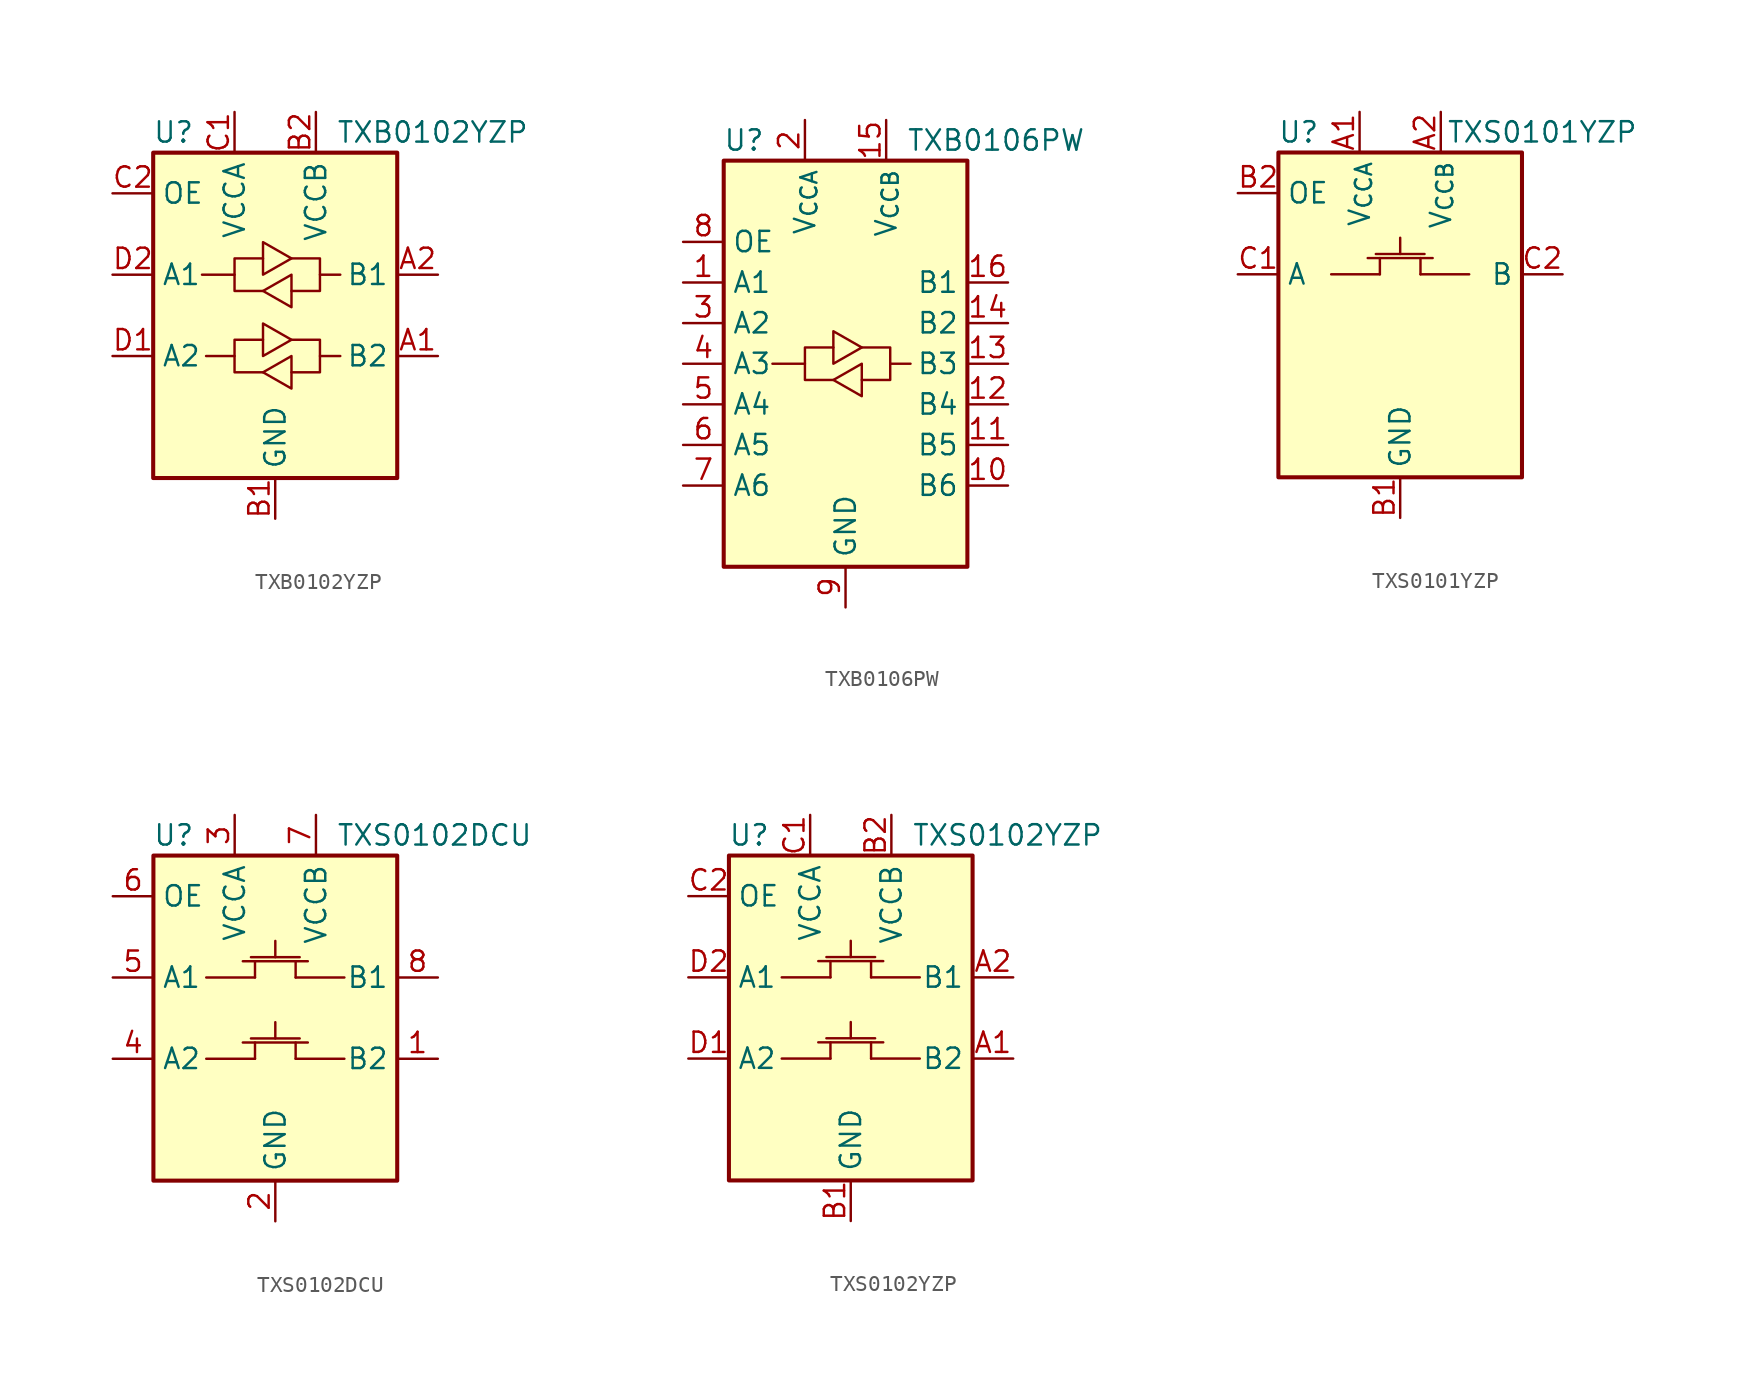
<source format=kicad_sym>
(kicad_symbol_lib
  (version 20231120)
  (generator "kicad_symbol_editor")
  (generator_version "8.0")
  (symbol "TXB0102YZP"
    (property "Reference" "U"
      (at -6.35 11.43 0)
      (effects (font (size 1.27 1.27))))
    (property "Value" "TXB0102YZP"
      (at 3.81 11.43 0)
      (effects (font (size 1.27 1.27)) (justify left)))
    (symbol "TXB0102YZP_0_1"
      (rectangle (start -7.62 10.16) (end 7.62 -10.16) (stroke (width 0.254) (type default)) (fill (type background)))
      (polyline (pts (xy -2.54 -2.54) (xy -2.54 -1.524) (xy -0.762 -1.524)) (stroke (width 0) (type default)) (fill (type none)))
      (polyline (pts (xy -2.54 2.54) (xy -2.54 3.556) (xy -0.762 3.556)) (stroke (width 0) (type default)) (fill (type none)))
      (polyline (pts (xy 2.794 -2.54) (xy 2.794 -3.556) (xy 1.016 -3.556)) (stroke (width 0) (type default)) (fill (type none)))
      (polyline (pts (xy 2.794 2.54) (xy 2.794 1.524) (xy 1.016 1.524)) (stroke (width 0) (type default)) (fill (type none)))
      (polyline (pts (xy -0.762 -3.556) (xy -2.54 -3.556) (xy -2.54 -2.54) (xy -4.318 -2.54)) (stroke (width 0) (type default)) (fill (type none)))
      (polyline (pts (xy -0.762 -2.54) (xy -0.762 -0.508) (xy 1.016 -1.524) (xy -0.762 -2.54)) (stroke (width 0) (type default)) (fill (type none)))
      (polyline (pts (xy -0.762 1.524) (xy -2.54 1.524) (xy -2.54 2.54) (xy -4.572 2.54)) (stroke (width 0) (type default)) (fill (type none)))
      (polyline (pts (xy -0.762 2.54) (xy -0.762 4.572) (xy 1.016 3.556) (xy -0.762 2.54)) (stroke (width 0) (type default)) (fill (type none)))
      (polyline (pts (xy 1.016 -2.54) (xy 1.016 -4.572) (xy -0.762 -3.556) (xy 1.016 -2.54)) (stroke (width 0) (type default)) (fill (type none)))
      (polyline (pts (xy 1.016 -1.524) (xy 2.794 -1.524) (xy 2.794 -2.54) (xy 4.064 -2.54)) (stroke (width 0) (type default)) (fill (type none)))
      (polyline (pts (xy 1.016 3.556) (xy 2.794 3.556) (xy 2.794 2.54) (xy 4.064 2.54)) (stroke (width 0) (type default)) (fill (type none)))
      (polyline (pts (xy 1.016 2.54) (xy 1.016 0.762) (xy 1.016 0.508) (xy -0.762 1.524) (xy 1.016 2.54)) (stroke (width 0) (type default)) (fill (type none))))
    (symbol "TXB0102YZP_1_1"
      (pin bidirectional line (at 10.16 -2.54 180) (length 2.54) (name "B2" (effects (font (size 1.27 1.27)))) (number "A1" (effects (font (size 1.27 1.27)))))
      (pin bidirectional line (at 10.16 2.54 180) (length 2.54) (name "B1" (effects (font (size 1.27 1.27)))) (number "A2" (effects (font (size 1.27 1.27)))))
      (pin power_in line (at 0 -12.7 90) (length 2.54) (name "GND" (effects (font (size 1.27 1.27)))) (number "B1" (effects (font (size 1.27 1.27)))))
      (pin power_in line (at 2.54 12.7 270) (length 2.54) (name "VCCB" (effects (font (size 1.27 1.27)))) (number "B2" (effects (font (size 1.27 1.27)))))
      (pin power_in line (at -2.54 12.7 270) (length 2.54) (name "VCCA" (effects (font (size 1.27 1.27)))) (number "C1" (effects (font (size 1.27 1.27)))))
      (pin input line (at -10.16 7.62 0) (length 2.54) (name "OE" (effects (font (size 1.27 1.27)))) (number "C2" (effects (font (size 1.27 1.27)))))
      (pin bidirectional line (at -10.16 -2.54 0) (length 2.54) (name "A2" (effects (font (size 1.27 1.27)))) (number "D1" (effects (font (size 1.27 1.27)))))
      (pin bidirectional line (at -10.16 2.54 0) (length 2.54) (name "A1" (effects (font (size 1.27 1.27)))) (number "D2" (effects (font (size 1.27 1.27)))))))
  (symbol "TXB0106PW"
    (property "Reference" "U"
      (at -6.35 13.97 0)
      (effects (font (size 1.27 1.27))))
    (property "Value" "TXB0106PW"
      (at 3.81 13.97 0)
      (effects (font (size 1.27 1.27)) (justify left)))
    (symbol "TXB0106PW_0_1"
      (rectangle (start -7.62 12.7) (end 7.62 -12.7) (stroke (width 0.254) (type default)) (fill (type background)))
      (polyline (pts (xy -2.54 0) (xy -2.54 1.016) (xy -0.762 1.016)) (stroke (width 0) (type default)) (fill (type none)))
      (polyline (pts (xy 2.794 0) (xy 2.794 -1.016) (xy 1.016 -1.016)) (stroke (width 0) (type default)) (fill (type none)))
      (polyline (pts (xy -0.762 -1.016) (xy -2.54 -1.016) (xy -2.54 0) (xy -4.572 0)) (stroke (width 0) (type default)) (fill (type none)))
      (polyline (pts (xy -0.762 -1.016) (xy 1.016 0) (xy 1.016 -2.032) (xy -0.762 -1.016)) (stroke (width 0) (type default)) (fill (type none)))
      (polyline (pts (xy 1.016 1.016) (xy -0.762 0) (xy -0.762 2.032) (xy 1.016 1.016)) (stroke (width 0) (type default)) (fill (type none)))
      (polyline (pts (xy 1.016 1.016) (xy 2.794 1.016) (xy 2.794 0) (xy 4.064 0)) (stroke (width 0) (type default)) (fill (type none))))
    (symbol "TXB0106PW_1_1"
      (pin bidirectional line (at -10.16 5.08 0) (length 2.54) (name "A1" (effects (font (size 1.27 1.27)))) (number "1" (effects (font (size 1.27 1.27)))))
      (pin bidirectional line (at 10.16 -7.62 180) (length 2.54) (name "B6" (effects (font (size 1.27 1.27)))) (number "10" (effects (font (size 1.27 1.27)))))
      (pin bidirectional line (at 10.16 -5.08 180) (length 2.54) (name "B5" (effects (font (size 1.27 1.27)))) (number "11" (effects (font (size 1.27 1.27)))))
      (pin bidirectional line (at 10.16 -2.54 180) (length 2.54) (name "B4" (effects (font (size 1.27 1.27)))) (number "12" (effects (font (size 1.27 1.27)))))
      (pin bidirectional line (at 10.16 0 180) (length 2.54) (name "B3" (effects (font (size 1.27 1.27)))) (number "13" (effects (font (size 1.27 1.27)))))
      (pin bidirectional line (at 10.16 2.54 180) (length 2.54) (name "B2" (effects (font (size 1.27 1.27)))) (number "14" (effects (font (size 1.27 1.27)))))
      (pin power_in line (at 2.54 15.24 270) (length 2.54) (name "V_{CCB}" (effects (font (size 1.27 1.27)))) (number "15" (effects (font (size 1.27 1.27)))))
      (pin bidirectional line (at 10.16 5.08 180) (length 2.54) (name "B1" (effects (font (size 1.27 1.27)))) (number "16" (effects (font (size 1.27 1.27)))))
      (pin power_in line (at -2.54 15.24 270) (length 2.54) (name "V_{CCA}" (effects (font (size 1.27 1.27)))) (number "2" (effects (font (size 1.27 1.27)))))
      (pin bidirectional line (at -10.16 2.54 0) (length 2.54) (name "A2" (effects (font (size 1.27 1.27)))) (number "3" (effects (font (size 1.27 1.27)))))
      (pin bidirectional line (at -10.16 0 0) (length 2.54) (name "A3" (effects (font (size 1.27 1.27)))) (number "4" (effects (font (size 1.27 1.27)))))
      (pin bidirectional line (at -10.16 -2.54 0) (length 2.54) (name "A4" (effects (font (size 1.27 1.27)))) (number "5" (effects (font (size 1.27 1.27)))))
      (pin bidirectional line (at -10.16 -5.08 0) (length 2.54) (name "A5" (effects (font (size 1.27 1.27)))) (number "6" (effects (font (size 1.27 1.27)))))
      (pin bidirectional line (at -10.16 -7.62 0) (length 2.54) (name "A6" (effects (font (size 1.27 1.27)))) (number "7" (effects (font (size 1.27 1.27)))))
      (pin input line (at -10.16 7.62 0) (length 2.54) (name "OE" (effects (font (size 1.27 1.27)))) (number "8" (effects (font (size 1.27 1.27)))))
      (pin power_in line (at 0 -15.24 90) (length 2.54) (name "GND" (effects (font (size 1.27 1.27)))) (number "9" (effects (font (size 1.27 1.27)))))))
  (symbol "TXS0101YZP"
    (property "Reference" "U"
      (at -6.35 11.43 0)
      (effects (font (size 1.27 1.27))))
    (property "Value" "TXS0101YZP"
      (at 8.89 11.43 0)
      (effects (font (size 1.27 1.27))))
    (symbol "TXS0101YZP_0_1"
      (rectangle (start -7.62 10.16) (end 7.62 -10.16) (stroke (width 0.254) (type default)) (fill (type background))))
    (symbol "TXS0101YZP_1_1"
      (polyline (pts (xy -4.318 2.54) (xy -1.27 2.54)) (stroke (width 0) (type default)) (fill (type none)))
      (polyline (pts (xy -2.032 3.556) (xy 2.032 3.556)) (stroke (width 0) (type default)) (fill (type none)))
      (polyline (pts (xy -1.524 3.81) (xy 1.524 3.81)) (stroke (width 0) (type default)) (fill (type none)))
      (polyline (pts (xy -1.27 2.54) (xy -1.27 3.556)) (stroke (width 0) (type default)) (fill (type none)))
      (polyline (pts (xy 0 3.81) (xy 0 4.826)) (stroke (width 0) (type default)) (fill (type none)))
      (polyline (pts (xy 1.27 2.54) (xy 1.27 3.556)) (stroke (width 0) (type default)) (fill (type none)))
      (polyline (pts (xy 4.318 2.54) (xy 1.27 2.54)) (stroke (width 0) (type default)) (fill (type none)))
      (pin power_in line (at -2.54 12.7 270) (length 2.54) (name "V_{CCA}" (effects (font (size 1.27 1.27)))) (number "A1" (effects (font (size 1.27 1.27)))))
      (pin power_in line (at 2.54 12.7 270) (length 2.54) (name "V_{CCB}" (effects (font (size 1.27 1.27)))) (number "A2" (effects (font (size 1.27 1.27)))))
      (pin power_in line (at 0 -12.7 90) (length 2.54) (name "GND" (effects (font (size 1.27 1.27)))) (number "B1" (effects (font (size 1.27 1.27)))))
      (pin input line (at -10.16 7.62 0) (length 2.54) (name "OE" (effects (font (size 1.27 1.27)))) (number "B2" (effects (font (size 1.27 1.27)))))
      (pin bidirectional line (at -10.16 2.54 0) (length 2.54) (name "A" (effects (font (size 1.27 1.27)))) (number "C1" (effects (font (size 1.27 1.27)))))
      (pin bidirectional line (at 10.16 2.54 180) (length 2.54) (name "B" (effects (font (size 1.27 1.27)))) (number "C2" (effects (font (size 1.27 1.27)))))))
  (symbol "TXS0102DCU"
    (property "Reference" "U"
      (at -6.35 11.43 0)
      (effects (font (size 1.27 1.27))))
    (property "Value" "TXS0102DCU"
      (at 3.81 11.43 0)
      (effects (font (size 1.27 1.27)) (justify left)))
    (symbol "TXS0102DCU_0_1"
      (rectangle (start -7.62 10.16) (end 7.62 -10.16) (stroke (width 0.254) (type default)) (fill (type background)))
      (polyline (pts (xy -4.318 -2.54) (xy -1.27 -2.54)) (stroke (width 0) (type default)) (fill (type none)))
      (polyline (pts (xy -2.032 -1.524) (xy 2.032 -1.524)) (stroke (width 0) (type default)) (fill (type none)))
      (polyline (pts (xy -1.524 -1.27) (xy 1.524 -1.27)) (stroke (width 0) (type default)) (fill (type none)))
      (polyline (pts (xy -1.27 -2.54) (xy -1.27 -1.524)) (stroke (width 0) (type default)) (fill (type none)))
      (polyline (pts (xy 0 -1.27) (xy 0 -0.254)) (stroke (width 0) (type default)) (fill (type none)))
      (polyline (pts (xy 1.27 -2.54) (xy 1.27 -1.524)) (stroke (width 0) (type default)) (fill (type none)))
      (polyline (pts (xy 4.318 -2.54) (xy 1.27 -2.54)) (stroke (width 0) (type default)) (fill (type none))))
    (symbol "TXS0102DCU_1_1"
      (polyline (pts (xy -4.318 2.54) (xy -1.27 2.54)) (stroke (width 0) (type default)) (fill (type none)))
      (polyline (pts (xy -2.032 3.556) (xy 2.032 3.556)) (stroke (width 0) (type default)) (fill (type none)))
      (polyline (pts (xy -1.524 3.81) (xy 1.524 3.81)) (stroke (width 0) (type default)) (fill (type none)))
      (polyline (pts (xy -1.27 2.54) (xy -1.27 3.556)) (stroke (width 0) (type default)) (fill (type none)))
      (polyline (pts (xy 0 3.81) (xy 0 4.826)) (stroke (width 0) (type default)) (fill (type none)))
      (polyline (pts (xy 1.27 2.54) (xy 1.27 3.556)) (stroke (width 0) (type default)) (fill (type none)))
      (polyline (pts (xy 4.318 2.54) (xy 1.27 2.54)) (stroke (width 0) (type default)) (fill (type none)))
      (pin bidirectional line (at 10.16 -2.54 180) (length 2.54) (name "B2" (effects (font (size 1.27 1.27)))) (number "1" (effects (font (size 1.27 1.27)))))
      (pin power_in line (at 0 -12.7 90) (length 2.54) (name "GND" (effects (font (size 1.27 1.27)))) (number "2" (effects (font (size 1.27 1.27)))))
      (pin power_in line (at -2.54 12.7 270) (length 2.54) (name "VCCA" (effects (font (size 1.27 1.27)))) (number "3" (effects (font (size 1.27 1.27)))))
      (pin bidirectional line (at -10.16 -2.54 0) (length 2.54) (name "A2" (effects (font (size 1.27 1.27)))) (number "4" (effects (font (size 1.27 1.27)))))
      (pin bidirectional line (at -10.16 2.54 0) (length 2.54) (name "A1" (effects (font (size 1.27 1.27)))) (number "5" (effects (font (size 1.27 1.27)))))
      (pin input line (at -10.16 7.62 0) (length 2.54) (name "OE" (effects (font (size 1.27 1.27)))) (number "6" (effects (font (size 1.27 1.27)))))
      (pin power_in line (at 2.54 12.7 270) (length 2.54) (name "VCCB" (effects (font (size 1.27 1.27)))) (number "7" (effects (font (size 1.27 1.27)))))
      (pin bidirectional line (at 10.16 2.54 180) (length 2.54) (name "B1" (effects (font (size 1.27 1.27)))) (number "8" (effects (font (size 1.27 1.27)))))))
  (symbol "TXS0102YZP"
    (property "Reference" "U"
      (at -6.35 11.43 0)
      (effects (font (size 1.27 1.27))))
    (property "Value" "TXS0102YZP"
      (at 3.81 11.43 0)
      (effects (font (size 1.27 1.27)) (justify left)))
    (symbol "TXS0102YZP_0_1"
      (rectangle (start -7.62 10.16) (end 7.62 -10.16) (stroke (width 0.254) (type default)) (fill (type background)))
      (polyline (pts (xy -4.318 -2.54) (xy -1.27 -2.54)) (stroke (width 0) (type default)) (fill (type none)))
      (polyline (pts (xy -2.032 -1.524) (xy 2.032 -1.524)) (stroke (width 0) (type default)) (fill (type none)))
      (polyline (pts (xy -1.524 -1.27) (xy 1.524 -1.27)) (stroke (width 0) (type default)) (fill (type none)))
      (polyline (pts (xy -1.27 -2.54) (xy -1.27 -1.524)) (stroke (width 0) (type default)) (fill (type none)))
      (polyline (pts (xy 0 -1.27) (xy 0 -0.254)) (stroke (width 0) (type default)) (fill (type none)))
      (polyline (pts (xy 1.27 -2.54) (xy 1.27 -1.524)) (stroke (width 0) (type default)) (fill (type none)))
      (polyline (pts (xy 4.318 -2.54) (xy 1.27 -2.54)) (stroke (width 0) (type default)) (fill (type none))))
    (symbol "TXS0102YZP_1_1"
      (polyline (pts (xy -4.318 2.54) (xy -1.27 2.54)) (stroke (width 0) (type default)) (fill (type none)))
      (polyline (pts (xy -2.032 3.556) (xy 2.032 3.556)) (stroke (width 0) (type default)) (fill (type none)))
      (polyline (pts (xy -1.524 3.81) (xy 1.524 3.81)) (stroke (width 0) (type default)) (fill (type none)))
      (polyline (pts (xy -1.27 2.54) (xy -1.27 3.556)) (stroke (width 0) (type default)) (fill (type none)))
      (polyline (pts (xy 0 3.81) (xy 0 4.826)) (stroke (width 0) (type default)) (fill (type none)))
      (polyline (pts (xy 1.27 2.54) (xy 1.27 3.556)) (stroke (width 0) (type default)) (fill (type none)))
      (polyline (pts (xy 4.318 2.54) (xy 1.27 2.54)) (stroke (width 0) (type default)) (fill (type none)))
      (pin bidirectional line (at 10.16 -2.54 180) (length 2.54) (name "B2" (effects (font (size 1.27 1.27)))) (number "A1" (effects (font (size 1.27 1.27)))))
      (pin bidirectional line (at 10.16 2.54 180) (length 2.54) (name "B1" (effects (font (size 1.27 1.27)))) (number "A2" (effects (font (size 1.27 1.27)))))
      (pin power_in line (at 0 -12.7 90) (length 2.54) (name "GND" (effects (font (size 1.27 1.27)))) (number "B1" (effects (font (size 1.27 1.27)))))
      (pin power_in line (at 2.54 12.7 270) (length 2.54) (name "VCCB" (effects (font (size 1.27 1.27)))) (number "B2" (effects (font (size 1.27 1.27)))))
      (pin power_in line (at -2.54 12.7 270) (length 2.54) (name "VCCA" (effects (font (size 1.27 1.27)))) (number "C1" (effects (font (size 1.27 1.27)))))
      (pin input line (at -10.16 7.62 0) (length 2.54) (name "OE" (effects (font (size 1.27 1.27)))) (number "C2" (effects (font (size 1.27 1.27)))))
      (pin bidirectional line (at -10.16 -2.54 0) (length 2.54) (name "A2" (effects (font (size 1.27 1.27)))) (number "D1" (effects (font (size 1.27 1.27)))))
      (pin bidirectional line (at -10.16 2.54 0) (length 2.54) (name "A1" (effects (font (size 1.27 1.27)))) (number "D2" (effects (font (size 1.27 1.27))))))))
</source>
